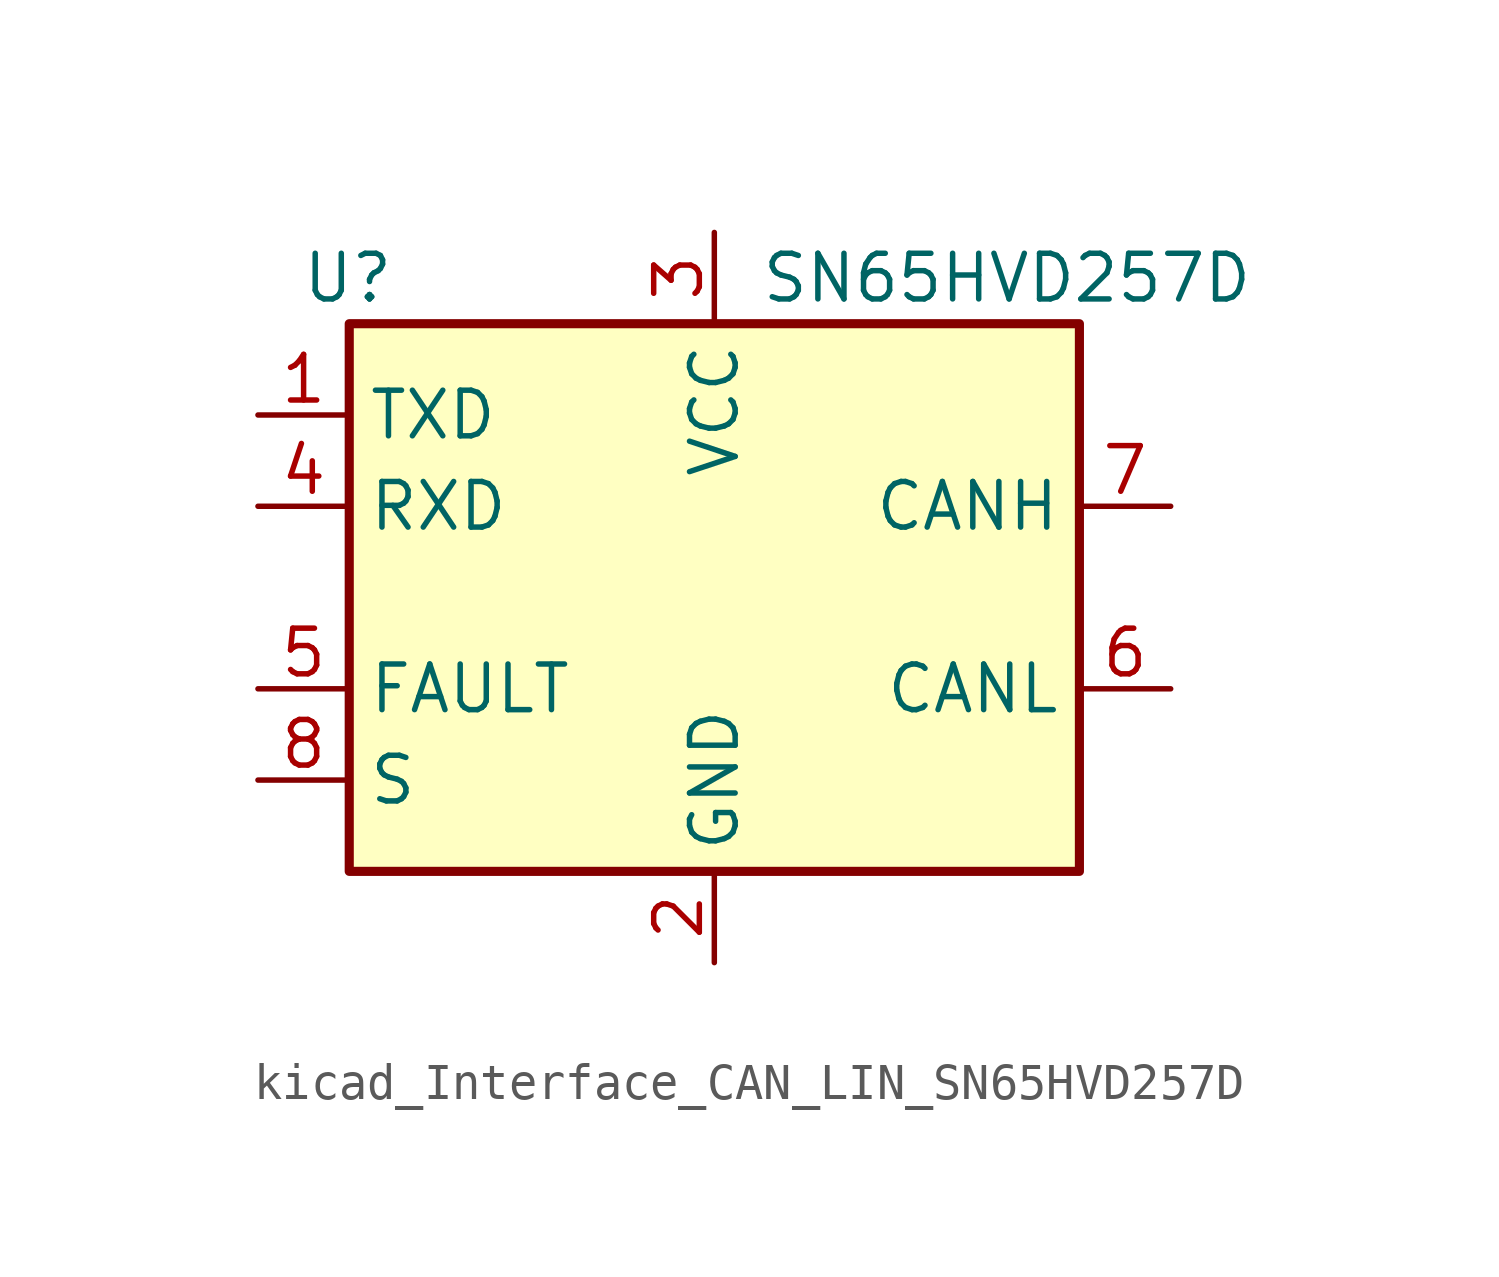
<source format=kicad_sym>
(kicad_symbol_lib
  (version 20220914)
  (generator kicad_symbol_editor)
  (symbol "kicad_Interface_CAN_LIN_SN65HVD257D"
    (property "Reference" "U"
      (at -8.89 8.89 0)
      (effects (font (size 1.27 1.27)) (justify right)))
    (property "Value" "SN65HVD257D"
      (at 1.27 8.89 0)
      (effects (font (size 1.27 1.27)) (justify left)))
    (symbol "kicad_Interface_CAN_LIN_SN65HVD257D_0_1"
      (rectangle (start -10.16 7.62) (end 10.16 -7.62) (stroke (width 0.254) (type default)) (fill (type background))))
    (symbol "kicad_Interface_CAN_LIN_SN65HVD257D_1_1"
      (pin input line (at -12.7 5.08 0) (length 2.54) (name "TXD" (effects (font (size 1.27 1.27)))) (number "1" (effects (font (size 1.27 1.27)))))
      (pin power_in line (at 0 -10.16 90) (length 2.54) (name "GND" (effects (font (size 1.27 1.27)))) (number "2" (effects (font (size 1.27 1.27)))))
      (pin power_in line (at 0 10.16 270) (length 2.54) (name "VCC" (effects (font (size 1.27 1.27)))) (number "3" (effects (font (size 1.27 1.27)))))
      (pin output line (at -12.7 2.54 0) (length 2.54) (name "RXD" (effects (font (size 1.27 1.27)))) (number "4" (effects (font (size 1.27 1.27)))))
      (pin open_collector line (at -12.7 -2.54 0) (length 2.54) (name "FAULT" (effects (font (size 1.27 1.27)))) (number "5" (effects (font (size 1.27 1.27)))))
      (pin bidirectional line (at 12.7 -2.54 180) (length 2.54) (name "CANL" (effects (font (size 1.27 1.27)))) (number "6" (effects (font (size 1.27 1.27)))))
      (pin bidirectional line (at 12.7 2.54 180) (length 2.54) (name "CANH" (effects (font (size 1.27 1.27)))) (number "7" (effects (font (size 1.27 1.27)))))
      (pin input line (at -12.7 -5.08 0) (length 2.54) (name "S" (effects (font (size 1.27 1.27)))) (number "8" (effects (font (size 1.27 1.27))))))))
</source>
